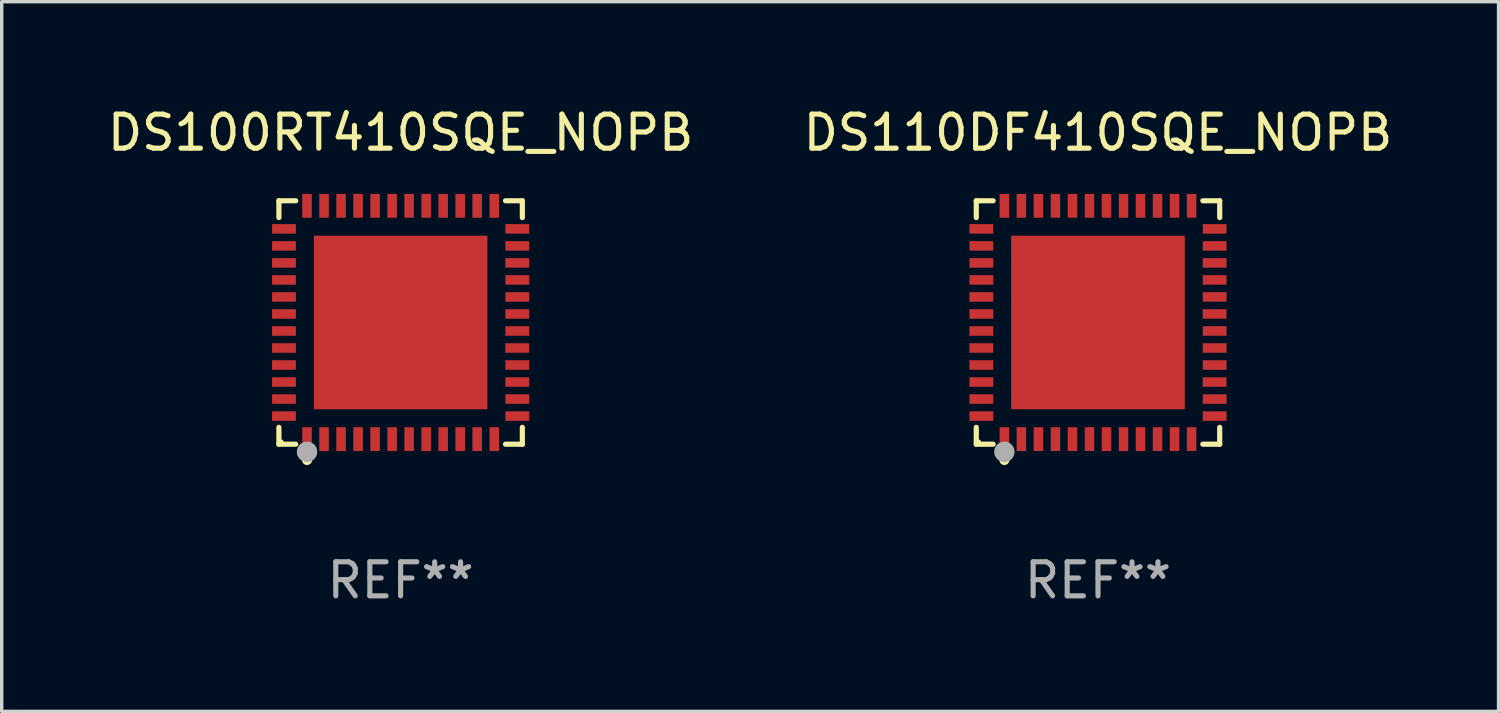
<source format=kicad_pcb>
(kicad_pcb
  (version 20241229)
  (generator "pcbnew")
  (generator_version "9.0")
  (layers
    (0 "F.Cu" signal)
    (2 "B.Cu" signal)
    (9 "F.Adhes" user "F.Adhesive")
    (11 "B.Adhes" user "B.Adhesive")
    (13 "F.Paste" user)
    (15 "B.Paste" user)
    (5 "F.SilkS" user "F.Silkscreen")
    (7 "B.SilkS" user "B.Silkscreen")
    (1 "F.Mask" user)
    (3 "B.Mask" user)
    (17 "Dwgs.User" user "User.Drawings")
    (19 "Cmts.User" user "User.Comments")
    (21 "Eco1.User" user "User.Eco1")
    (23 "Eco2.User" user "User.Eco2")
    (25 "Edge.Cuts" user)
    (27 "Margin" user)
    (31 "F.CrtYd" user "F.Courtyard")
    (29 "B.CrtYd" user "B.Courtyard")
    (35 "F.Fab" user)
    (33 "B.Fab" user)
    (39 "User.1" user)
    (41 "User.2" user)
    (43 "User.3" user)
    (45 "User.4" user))
  (footprint "DS110DF410SQE_NOPB"
    (layer "F.Cu")
    (at 29.208 6.424)
    (property "Reference" "DS110DF410SQE_NOPB" (at 0 -5.576 0) (layer "F.SilkS") (effects (font (size 1 1) (thickness 0.15))))
    (attr through_hole)
    (fp_line (start -3.576 -3.576) (end -3.081 -3.576) (stroke (width 0.152) (type solid)) (layer "F.SilkS"))
    (fp_line (start -3.576 -3.081) (end -3.576 -3.576) (stroke (width 0.152) (type solid)) (layer "F.SilkS"))
    (fp_line (start -3.576 3.081) (end -3.576 3.576) (stroke (width 0.152) (type solid)) (layer "F.SilkS"))
    (fp_line (start -3.576 3.576) (end -3.081 3.576) (stroke (width 0.152) (type solid)) (layer "F.SilkS"))
    (fp_line (start 3.576 -3.576) (end 3.081 -3.576) (stroke (width 0.152) (type solid)) (layer "F.SilkS"))
    (fp_line (start 3.576 -3.081) (end 3.576 -3.576) (stroke (width 0.152) (type solid)) (layer "F.SilkS"))
    (fp_line (start 3.576 3.081) (end 3.576 3.576) (stroke (width 0.152) (type solid)) (layer "F.SilkS"))
    (fp_line (start 3.576 3.576) (end 3.081 3.576) (stroke (width 0.152) (type solid)) (layer "F.SilkS"))
    (fp_circle (center -3.5 3.5) (end -3.47 3.5) (stroke (width 0.06) (type solid)) (fill no) (layer "F.SilkS"))
    (fp_circle (center -2.75 4.04) (end -2.675 4.04) (stroke (width 0.15) (type solid)) (fill no) (layer "F.SilkS"))
    (fp_circle (center -2.75 3.8) (end -2.6 3.8) (stroke (width 0.3) (type solid)) (fill no) (layer "F.Fab"))
    (fp_text user "REF**" (at 0 7.576 0) (layer "F.Fab") (effects (font (size 1 1) (thickness 0.15))))
    (pad "1" smd rect (at -2.75 3.427) (size 0.28 0.7) (layers "F.Cu" "F.Mask" "F.Paste"))
    (pad "2" smd rect (at -2.25 3.427) (size 0.28 0.7) (layers "F.Cu" "F.Mask" "F.Paste"))
    (pad "3" smd rect (at -1.75 3.427) (size 0.28 0.7) (layers "F.Cu" "F.Mask" "F.Paste"))
    (pad "4" smd rect (at -1.25 3.427) (size 0.28 0.7) (layers "F.Cu" "F.Mask" "F.Paste"))
    (pad "5" smd rect (at -0.75 3.427) (size 0.28 0.7) (layers "F.Cu" "F.Mask" "F.Paste"))
    (pad "6" smd rect (at -0.25 3.427) (size 0.28 0.7) (layers "F.Cu" "F.Mask" "F.Paste"))
    (pad "7" smd rect (at 0.25 3.427) (size 0.28 0.7) (layers "F.Cu" "F.Mask" "F.Paste"))
    (pad "8" smd rect (at 0.75 3.427) (size 0.28 0.7) (layers "F.Cu" "F.Mask" "F.Paste"))
    (pad "9" smd rect (at 1.25 3.427) (size 0.28 0.7) (layers "F.Cu" "F.Mask" "F.Paste"))
    (pad "10" smd rect (at 1.75 3.427) (size 0.28 0.7) (layers "F.Cu" "F.Mask" "F.Paste"))
    (pad "11" smd rect (at 2.25 3.427) (size 0.28 0.7) (layers "F.Cu" "F.Mask" "F.Paste"))
    (pad "12" smd rect (at 2.75 3.427) (size 0.28 0.7) (layers "F.Cu" "F.Mask" "F.Paste"))
    (pad "13" smd rect (at 3.427 2.75) (size 0.7 0.28) (layers "F.Cu" "F.Mask" "F.Paste"))
    (pad "14" smd rect (at 3.427 2.25) (size 0.7 0.28) (layers "F.Cu" "F.Mask" "F.Paste"))
    (pad "15" smd rect (at 3.427 1.75) (size 0.7 0.28) (layers "F.Cu" "F.Mask" "F.Paste"))
    (pad "16" smd rect (at 3.427 1.25) (size 0.7 0.28) (layers "F.Cu" "F.Mask" "F.Paste"))
    (pad "17" smd rect (at 3.427 0.75) (size 0.7 0.28) (layers "F.Cu" "F.Mask" "F.Paste"))
    (pad "18" smd rect (at 3.427 0.25) (size 0.7 0.28) (layers "F.Cu" "F.Mask" "F.Paste"))
    (pad "19" smd rect (at 3.427 -0.25) (size 0.7 0.28) (layers "F.Cu" "F.Mask" "F.Paste"))
    (pad "20" smd rect (at 3.427 -0.75) (size 0.7 0.28) (layers "F.Cu" "F.Mask" "F.Paste"))
    (pad "21" smd rect (at 3.427 -1.25) (size 0.7 0.28) (layers "F.Cu" "F.Mask" "F.Paste"))
    (pad "22" smd rect (at 3.427 -1.75) (size 0.7 0.28) (layers "F.Cu" "F.Mask" "F.Paste"))
    (pad "23" smd rect (at 3.427 -2.25) (size 0.7 0.28) (layers "F.Cu" "F.Mask" "F.Paste"))
    (pad "24" smd rect (at 3.427 -2.75) (size 0.7 0.28) (layers "F.Cu" "F.Mask" "F.Paste"))
    (pad "25" smd rect (at 2.75 -3.427) (size 0.28 0.7) (layers "F.Cu" "F.Mask" "F.Paste"))
    (pad "26" smd rect (at 2.25 -3.427) (size 0.28 0.7) (layers "F.Cu" "F.Mask" "F.Paste"))
    (pad "27" smd rect (at 1.75 -3.427) (size 0.28 0.7) (layers "F.Cu" "F.Mask" "F.Paste"))
    (pad "28" smd rect (at 1.25 -3.427) (size 0.28 0.7) (layers "F.Cu" "F.Mask" "F.Paste"))
    (pad "29" smd rect (at 0.75 -3.427) (size 0.28 0.7) (layers "F.Cu" "F.Mask" "F.Paste"))
    (pad "30" smd rect (at 0.25 -3.427) (size 0.28 0.7) (layers "F.Cu" "F.Mask" "F.Paste"))
    (pad "31" smd rect (at -0.25 -3.427) (size 0.28 0.7) (layers "F.Cu" "F.Mask" "F.Paste"))
    (pad "32" smd rect (at -0.75 -3.427) (size 0.28 0.7) (layers "F.Cu" "F.Mask" "F.Paste"))
    (pad "33" smd rect (at -1.25 -3.427) (size 0.28 0.7) (layers "F.Cu" "F.Mask" "F.Paste"))
    (pad "34" smd rect (at -1.75 -3.427) (size 0.28 0.7) (layers "F.Cu" "F.Mask" "F.Paste"))
    (pad "35" smd rect (at -2.25 -3.427) (size 0.28 0.7) (layers "F.Cu" "F.Mask" "F.Paste"))
    (pad "36" smd rect (at -2.75 -3.427) (size 0.28 0.7) (layers "F.Cu" "F.Mask" "F.Paste"))
    (pad "37" smd rect (at -3.427 -2.75) (size 0.7 0.28) (layers "F.Cu" "F.Mask" "F.Paste"))
    (pad "38" smd rect (at -3.427 -2.25) (size 0.7 0.28) (layers "F.Cu" "F.Mask" "F.Paste"))
    (pad "39" smd rect (at -3.427 -1.75) (size 0.7 0.28) (layers "F.Cu" "F.Mask" "F.Paste"))
    (pad "40" smd rect (at -3.427 -1.25) (size 0.7 0.28) (layers "F.Cu" "F.Mask" "F.Paste"))
    (pad "41" smd rect (at -3.427 -0.75) (size 0.7 0.28) (layers "F.Cu" "F.Mask" "F.Paste"))
    (pad "42" smd rect (at -3.427 -0.25) (size 0.7 0.28) (layers "F.Cu" "F.Mask" "F.Paste"))
    (pad "43" smd rect (at -3.427 0.25) (size 0.7 0.28) (layers "F.Cu" "F.Mask" "F.Paste"))
    (pad "44" smd rect (at -3.427 0.75) (size 0.7 0.28) (layers "F.Cu" "F.Mask" "F.Paste"))
    (pad "45" smd rect (at -3.427 1.25) (size 0.7 0.28) (layers "F.Cu" "F.Mask" "F.Paste"))
    (pad "46" smd rect (at -3.427 1.75) (size 0.7 0.28) (layers "F.Cu" "F.Mask" "F.Paste"))
    (pad "47" smd rect (at -3.427 2.25) (size 0.7 0.28) (layers "F.Cu" "F.Mask" "F.Paste"))
    (pad "48" smd rect (at -3.427 2.75) (size 0.7 0.28) (layers "F.Cu" "F.Mask" "F.Paste"))
    (pad "49" smd rect (at 0 0) (size 5.1 5.1) (layers "F.Cu" "F.Mask" "F.Paste")))
  (footprint "DS100RT410SQE_NOPB"
    (layer "F.Cu")
    (at 8.72 6.424)
    (property "Reference" "DS100RT410SQE_NOPB" (at 0 -5.576 0) (layer "F.SilkS") (effects (font (size 1 1) (thickness 0.15))))
    (attr through_hole)
    (fp_line (start -3.576 -3.576) (end -3.081 -3.576) (stroke (width 0.152) (type solid)) (layer "F.SilkS"))
    (fp_line (start -3.576 -3.081) (end -3.576 -3.576) (stroke (width 0.152) (type solid)) (layer "F.SilkS"))
    (fp_line (start -3.576 3.081) (end -3.576 3.576) (stroke (width 0.152) (type solid)) (layer "F.SilkS"))
    (fp_line (start -3.576 3.576) (end -3.081 3.576) (stroke (width 0.152) (type solid)) (layer "F.SilkS"))
    (fp_line (start 3.576 -3.576) (end 3.081 -3.576) (stroke (width 0.152) (type solid)) (layer "F.SilkS"))
    (fp_line (start 3.576 -3.081) (end 3.576 -3.576) (stroke (width 0.152) (type solid)) (layer "F.SilkS"))
    (fp_line (start 3.576 3.081) (end 3.576 3.576) (stroke (width 0.152) (type solid)) (layer "F.SilkS"))
    (fp_line (start 3.576 3.576) (end 3.081 3.576) (stroke (width 0.152) (type solid)) (layer "F.SilkS"))
    (fp_circle (center -3.5 3.5) (end -3.47 3.5) (stroke (width 0.06) (type solid)) (fill no) (layer "F.SilkS"))
    (fp_circle (center -2.75 4.04) (end -2.675 4.04) (stroke (width 0.15) (type solid)) (fill no) (layer "F.SilkS"))
    (fp_circle (center -2.75 3.8) (end -2.6 3.8) (stroke (width 0.3) (type solid)) (fill no) (layer "F.Fab"))
    (fp_text user "REF**" (at 0 7.576 0) (layer "F.Fab") (effects (font (size 1 1) (thickness 0.15))))
    (pad "1" smd rect (at -2.75 3.427) (size 0.28 0.7) (layers "F.Cu" "F.Mask" "F.Paste"))
    (pad "2" smd rect (at -2.25 3.427) (size 0.28 0.7) (layers "F.Cu" "F.Mask" "F.Paste"))
    (pad "3" smd rect (at -1.75 3.427) (size 0.28 0.7) (layers "F.Cu" "F.Mask" "F.Paste"))
    (pad "4" smd rect (at -1.25 3.427) (size 0.28 0.7) (layers "F.Cu" "F.Mask" "F.Paste"))
    (pad "5" smd rect (at -0.75 3.427) (size 0.28 0.7) (layers "F.Cu" "F.Mask" "F.Paste"))
    (pad "6" smd rect (at -0.25 3.427) (size 0.28 0.7) (layers "F.Cu" "F.Mask" "F.Paste"))
    (pad "7" smd rect (at 0.25 3.427) (size 0.28 0.7) (layers "F.Cu" "F.Mask" "F.Paste"))
    (pad "8" smd rect (at 0.75 3.427) (size 0.28 0.7) (layers "F.Cu" "F.Mask" "F.Paste"))
    (pad "9" smd rect (at 1.25 3.427) (size 0.28 0.7) (layers "F.Cu" "F.Mask" "F.Paste"))
    (pad "10" smd rect (at 1.75 3.427) (size 0.28 0.7) (layers "F.Cu" "F.Mask" "F.Paste"))
    (pad "11" smd rect (at 2.25 3.427) (size 0.28 0.7) (layers "F.Cu" "F.Mask" "F.Paste"))
    (pad "12" smd rect (at 2.75 3.427) (size 0.28 0.7) (layers "F.Cu" "F.Mask" "F.Paste"))
    (pad "13" smd rect (at 3.427 2.75) (size 0.7 0.28) (layers "F.Cu" "F.Mask" "F.Paste"))
    (pad "14" smd rect (at 3.427 2.25) (size 0.7 0.28) (layers "F.Cu" "F.Mask" "F.Paste"))
    (pad "15" smd rect (at 3.427 1.75) (size 0.7 0.28) (layers "F.Cu" "F.Mask" "F.Paste"))
    (pad "16" smd rect (at 3.427 1.25) (size 0.7 0.28) (layers "F.Cu" "F.Mask" "F.Paste"))
    (pad "17" smd rect (at 3.427 0.75) (size 0.7 0.28) (layers "F.Cu" "F.Mask" "F.Paste"))
    (pad "18" smd rect (at 3.427 0.25) (size 0.7 0.28) (layers "F.Cu" "F.Mask" "F.Paste"))
    (pad "19" smd rect (at 3.427 -0.25) (size 0.7 0.28) (layers "F.Cu" "F.Mask" "F.Paste"))
    (pad "20" smd rect (at 3.427 -0.75) (size 0.7 0.28) (layers "F.Cu" "F.Mask" "F.Paste"))
    (pad "21" smd rect (at 3.427 -1.25) (size 0.7 0.28) (layers "F.Cu" "F.Mask" "F.Paste"))
    (pad "22" smd rect (at 3.427 -1.75) (size 0.7 0.28) (layers "F.Cu" "F.Mask" "F.Paste"))
    (pad "23" smd rect (at 3.427 -2.25) (size 0.7 0.28) (layers "F.Cu" "F.Mask" "F.Paste"))
    (pad "24" smd rect (at 3.427 -2.75) (size 0.7 0.28) (layers "F.Cu" "F.Mask" "F.Paste"))
    (pad "25" smd rect (at 2.75 -3.427) (size 0.28 0.7) (layers "F.Cu" "F.Mask" "F.Paste"))
    (pad "26" smd rect (at 2.25 -3.427) (size 0.28 0.7) (layers "F.Cu" "F.Mask" "F.Paste"))
    (pad "27" smd rect (at 1.75 -3.427) (size 0.28 0.7) (layers "F.Cu" "F.Mask" "F.Paste"))
    (pad "28" smd rect (at 1.25 -3.427) (size 0.28 0.7) (layers "F.Cu" "F.Mask" "F.Paste"))
    (pad "29" smd rect (at 0.75 -3.427) (size 0.28 0.7) (layers "F.Cu" "F.Mask" "F.Paste"))
    (pad "30" smd rect (at 0.25 -3.427) (size 0.28 0.7) (layers "F.Cu" "F.Mask" "F.Paste"))
    (pad "31" smd rect (at -0.25 -3.427) (size 0.28 0.7) (layers "F.Cu" "F.Mask" "F.Paste"))
    (pad "32" smd rect (at -0.75 -3.427) (size 0.28 0.7) (layers "F.Cu" "F.Mask" "F.Paste"))
    (pad "33" smd rect (at -1.25 -3.427) (size 0.28 0.7) (layers "F.Cu" "F.Mask" "F.Paste"))
    (pad "34" smd rect (at -1.75 -3.427) (size 0.28 0.7) (layers "F.Cu" "F.Mask" "F.Paste"))
    (pad "35" smd rect (at -2.25 -3.427) (size 0.28 0.7) (layers "F.Cu" "F.Mask" "F.Paste"))
    (pad "36" smd rect (at -2.75 -3.427) (size 0.28 0.7) (layers "F.Cu" "F.Mask" "F.Paste"))
    (pad "37" smd rect (at -3.427 -2.75) (size 0.7 0.28) (layers "F.Cu" "F.Mask" "F.Paste"))
    (pad "38" smd rect (at -3.427 -2.25) (size 0.7 0.28) (layers "F.Cu" "F.Mask" "F.Paste"))
    (pad "39" smd rect (at -3.427 -1.75) (size 0.7 0.28) (layers "F.Cu" "F.Mask" "F.Paste"))
    (pad "40" smd rect (at -3.427 -1.25) (size 0.7 0.28) (layers "F.Cu" "F.Mask" "F.Paste"))
    (pad "41" smd rect (at -3.427 -0.75) (size 0.7 0.28) (layers "F.Cu" "F.Mask" "F.Paste"))
    (pad "42" smd rect (at -3.427 -0.25) (size 0.7 0.28) (layers "F.Cu" "F.Mask" "F.Paste"))
    (pad "43" smd rect (at -3.427 0.25) (size 0.7 0.28) (layers "F.Cu" "F.Mask" "F.Paste"))
    (pad "44" smd rect (at -3.427 0.75) (size 0.7 0.28) (layers "F.Cu" "F.Mask" "F.Paste"))
    (pad "45" smd rect (at -3.427 1.25) (size 0.7 0.28) (layers "F.Cu" "F.Mask" "F.Paste"))
    (pad "46" smd rect (at -3.427 1.75) (size 0.7 0.28) (layers "F.Cu" "F.Mask" "F.Paste"))
    (pad "47" smd rect (at -3.427 2.25) (size 0.7 0.28) (layers "F.Cu" "F.Mask" "F.Paste"))
    (pad "48" smd rect (at -3.427 2.75) (size 0.7 0.28) (layers "F.Cu" "F.Mask" "F.Paste"))
    (pad "49" smd rect (at 0 0) (size 5.1 5.1) (layers "F.Cu" "F.Mask" "F.Paste")))
  (gr_rect
    (start -3 -3)
    (end 40.976 17.849)
    (stroke (width 0.1) (type default))
    (fill no)
    (layer "Edge.Cuts")))
</source>
